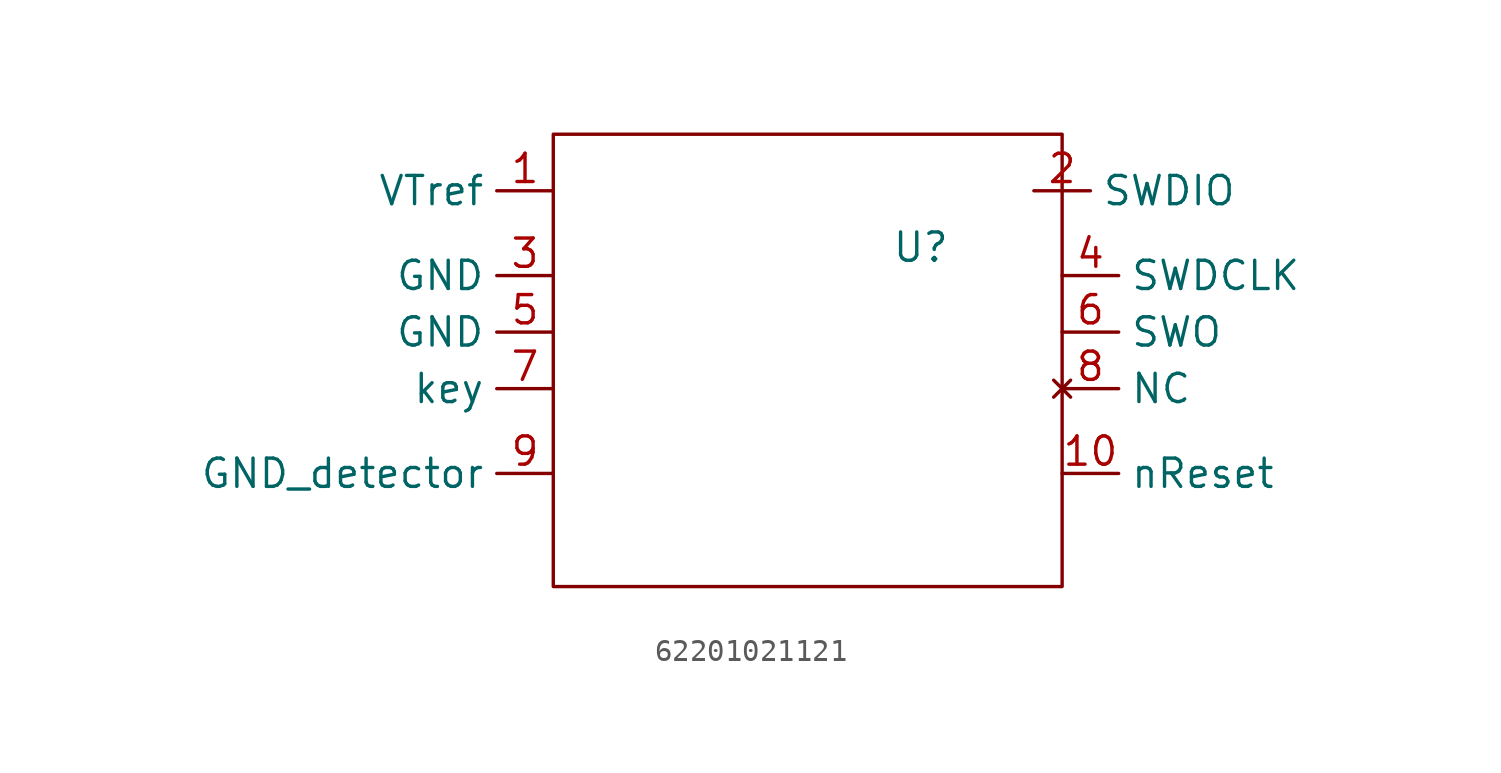
<source format=kicad_sym>
(kicad_symbol_lib
  (version 20220914)
  (generator kicad_symbol_editor)
  (symbol "62201021121"
    (property "Reference" "U"
      (at 1.27 6.35 0)
      (effects (font (size 1.27 1.27))))
    (symbol "62201021121_0_1"
      (rectangle (start -15.24 11.43) (end 7.62 -8.89) (stroke (width 0) (type default)) (fill (type none))))
    (symbol "62201021121_1_1"
      (pin power_in line (at -15.24 8.89 180) (length 2.54) (name "VTref" (effects (font (size 1.27 1.27)))) (number "1" (effects (font (size 1.27 1.27)))))
      (pin input line (at 7.62 -3.81 0) (length 2.54) (name "nReset" (effects (font (size 1.27 1.27)))) (number "10" (effects (font (size 1.27 1.27)))))
      (pin bidirectional line (at 6.35 8.89 0) (length 2.54) (name "SWDIO" (effects (font (size 1.27 1.27)))) (number "2" (effects (font (size 1.27 1.27)))))
      (pin power_out line (at -15.24 5.08 180) (length 2.54) (name "GND" (effects (font (size 1.27 1.27)))) (number "3" (effects (font (size 1.27 1.27)))))
      (pin input line (at 7.62 5.08 0) (length 2.54) (name "SWDCLK" (effects (font (size 1.27 1.27)))) (number "4" (effects (font (size 1.27 1.27)))))
      (pin power_out line (at -15.24 2.54 180) (length 2.54) (name "GND" (effects (font (size 1.27 1.27)))) (number "5" (effects (font (size 1.27 1.27)))))
      (pin output line (at 7.62 2.54 0) (length 2.54) (name "SWO" (effects (font (size 1.27 1.27)))) (number "6" (effects (font (size 1.27 1.27)))))
      (pin input line (at -15.24 0 180) (length 2.54) (name "key" (effects (font (size 1.27 1.27)))) (number "7" (effects (font (size 1.27 1.27)))))
      (pin no_connect line (at 7.62 0 0) (length 2.54) (name "NC" (effects (font (size 1.27 1.27)))) (number "8" (effects (font (size 1.27 1.27)))))
      (pin power_out line (at -15.24 -3.81 180) (length 2.54) (name "GND_detector" (effects (font (size 1.27 1.27)))) (number "9" (effects (font (size 1.27 1.27))))))))
</source>
